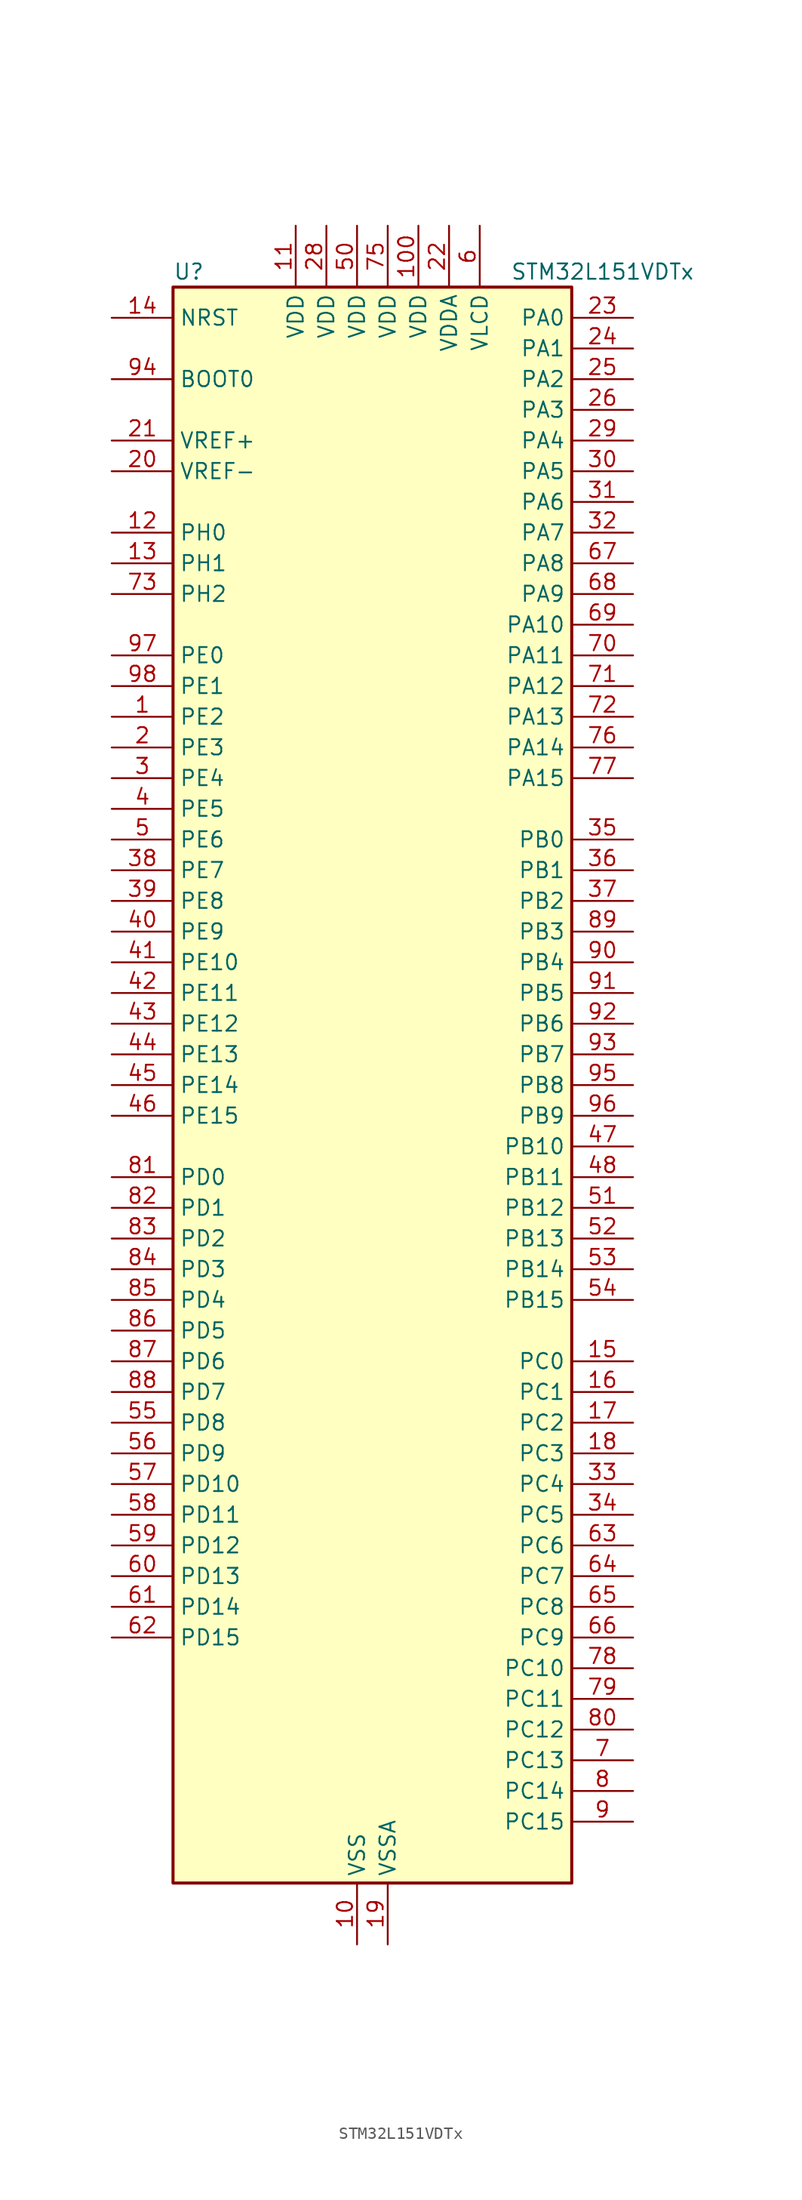
<source format=kicad_sym>
(kicad_symbol_lib
  (version 20220914)
  (generator kicad_symbol_editor)
  (symbol "STM32L151VDTx"
    (property "Reference" "U"
      (at -15.24 67.31 0)
      (effects (font (size 1.27 1.27)) (justify left)))
    (property "Value" "STM32L151VDTx"
      (at 12.7 67.31 0)
      (effects (font (size 1.27 1.27)) (justify left)))
    (property "ki_locked" ""
      (at 0 0 0)
      (effects (font (size 1.27 1.27))))
    (symbol "STM32L151VDTx_0_1"
      (rectangle (start -15.24 -66.04) (end 17.78 66.04) (stroke (width 0.254) (type default)) (fill (type background))))
    (symbol "STM32L151VDTx_1_1"
      (pin bidirectional line (at -20.32 30.48 0) (length 5.08) (name "PE2" (effects (font (size 1.27 1.27)))) (number "1" (effects (font (size 1.27 1.27)))) (alternate "FSMC_A23" bidirectional line) (alternate "SYS_TRACECK" bidirectional line) (alternate "TIM3_ETR" bidirectional line) (alternate "TIMX_IC3" bidirectional line))
      (pin power_in line (at 0 -71.12 90) (length 5.08) (name "VSS" (effects (font (size 1.27 1.27)))) (number "10" (effects (font (size 1.27 1.27)))))
      (pin power_in line (at 5.08 71.12 270) (length 5.08) (name "VDD" (effects (font (size 1.27 1.27)))) (number "100" (effects (font (size 1.27 1.27)))))
      (pin power_in line (at -5.08 71.12 270) (length 5.08) (name "VDD" (effects (font (size 1.27 1.27)))) (number "11" (effects (font (size 1.27 1.27)))))
      (pin bidirectional line (at -20.32 45.72 0) (length 5.08) (name "PH0" (effects (font (size 1.27 1.27)))) (number "12" (effects (font (size 1.27 1.27)))) (alternate "RCC_OSC_IN" bidirectional line))
      (pin bidirectional line (at -20.32 43.18 0) (length 5.08) (name "PH1" (effects (font (size 1.27 1.27)))) (number "13" (effects (font (size 1.27 1.27)))) (alternate "RCC_OSC_OUT" bidirectional line))
      (pin input line (at -20.32 63.5 0) (length 5.08) (name "NRST" (effects (font (size 1.27 1.27)))) (number "14" (effects (font (size 1.27 1.27)))))
      (pin bidirectional line (at 22.86 -22.86 180) (length 5.08) (name "PC0" (effects (font (size 1.27 1.27)))) (number "15" (effects (font (size 1.27 1.27)))) (alternate "ADC_IN10" bidirectional line) (alternate "COMP1_INP" bidirectional line) (alternate "TIMX_IC1" bidirectional line) (alternate "TS_G8_IO1" bidirectional line))
      (pin bidirectional line (at 22.86 -25.4 180) (length 5.08) (name "PC1" (effects (font (size 1.27 1.27)))) (number "16" (effects (font (size 1.27 1.27)))) (alternate "ADC_IN11" bidirectional line) (alternate "COMP1_INP" bidirectional line) (alternate "OPAMP3_VINP" bidirectional line) (alternate "TIMX_IC2" bidirectional line) (alternate "TS_G8_IO2" bidirectional line))
      (pin bidirectional line (at 22.86 -27.94 180) (length 5.08) (name "PC2" (effects (font (size 1.27 1.27)))) (number "17" (effects (font (size 1.27 1.27)))) (alternate "ADC_IN12" bidirectional line) (alternate "COMP1_INP" bidirectional line) (alternate "OPAMP3_VINM" bidirectional line) (alternate "TIMX_IC3" bidirectional line) (alternate "TS_G8_IO3" bidirectional line))
      (pin bidirectional line (at 22.86 -30.48 180) (length 5.08) (name "PC3" (effects (font (size 1.27 1.27)))) (number "18" (effects (font (size 1.27 1.27)))) (alternate "ADC_IN13" bidirectional line) (alternate "COMP1_INP" bidirectional line) (alternate "OPAMP3_VOUT" bidirectional line) (alternate "TIMX_IC4" bidirectional line) (alternate "TS_G8_IO4" bidirectional line))
      (pin power_in line (at 2.54 -71.12 90) (length 5.08) (name "VSSA" (effects (font (size 1.27 1.27)))) (number "19" (effects (font (size 1.27 1.27)))))
      (pin bidirectional line (at -20.32 27.94 0) (length 5.08) (name "PE3" (effects (font (size 1.27 1.27)))) (number "2" (effects (font (size 1.27 1.27)))) (alternate "FSMC_A19" bidirectional line) (alternate "SYS_TRACED0" bidirectional line) (alternate "TIM3_CH1" bidirectional line) (alternate "TIMX_IC4" bidirectional line))
      (pin input line (at -20.32 50.8 0) (length 5.08) (name "VREF-" (effects (font (size 1.27 1.27)))) (number "20" (effects (font (size 1.27 1.27)))))
      (pin input line (at -20.32 53.34 0) (length 5.08) (name "VREF+" (effects (font (size 1.27 1.27)))) (number "21" (effects (font (size 1.27 1.27)))))
      (pin power_in line (at 7.62 71.12 270) (length 5.08) (name "VDDA" (effects (font (size 1.27 1.27)))) (number "22" (effects (font (size 1.27 1.27)))))
      (pin bidirectional line (at 22.86 63.5 180) (length 5.08) (name "PA0" (effects (font (size 1.27 1.27)))) (number "23" (effects (font (size 1.27 1.27)))) (alternate "ADC_IN0" bidirectional line) (alternate "COMP1_INP" bidirectional line) (alternate "RTC_TAMP2" bidirectional line) (alternate "SYS_WKUP1" bidirectional line) (alternate "TIM2_CH1" bidirectional line) (alternate "TIM2_ETR" bidirectional line) (alternate "TIM5_CH1" bidirectional line) (alternate "TIMX_IC1" bidirectional line) (alternate "TS_G1_IO1" bidirectional line) (alternate "USART2_CTS" bidirectional line))
      (pin bidirectional line (at 22.86 60.96 180) (length 5.08) (name "PA1" (effects (font (size 1.27 1.27)))) (number "24" (effects (font (size 1.27 1.27)))) (alternate "ADC_IN1" bidirectional line) (alternate "COMP1_INP" bidirectional line) (alternate "OPAMP1_VINP" bidirectional line) (alternate "TIM2_CH2" bidirectional line) (alternate "TIM5_CH2" bidirectional line) (alternate "TIMX_IC2" bidirectional line) (alternate "TS_G1_IO2" bidirectional line) (alternate "USART2_RTS" bidirectional line))
      (pin bidirectional line (at 22.86 58.42 180) (length 5.08) (name "PA2" (effects (font (size 1.27 1.27)))) (number "25" (effects (font (size 1.27 1.27)))) (alternate "ADC_IN2" bidirectional line) (alternate "COMP1_INP" bidirectional line) (alternate "OPAMP1_VINM" bidirectional line) (alternate "TIM2_CH3" bidirectional line) (alternate "TIM5_CH3" bidirectional line) (alternate "TIM9_CH1" bidirectional line) (alternate "TIMX_IC3" bidirectional line) (alternate "TS_G1_IO3" bidirectional line) (alternate "USART2_TX" bidirectional line))
      (pin bidirectional line (at 22.86 55.88 180) (length 5.08) (name "PA3" (effects (font (size 1.27 1.27)))) (number "26" (effects (font (size 1.27 1.27)))) (alternate "ADC_IN3" bidirectional line) (alternate "COMP1_INP" bidirectional line) (alternate "OPAMP1_VOUT" bidirectional line) (alternate "TIM2_CH4" bidirectional line) (alternate "TIM5_CH4" bidirectional line) (alternate "TIM9_CH2" bidirectional line) (alternate "TIMX_IC4" bidirectional line) (alternate "TS_G1_IO4" bidirectional line) (alternate "USART2_RX" bidirectional line))
      (pin passive line (at 0 -71.12 90) (length 5.08) hide (name "VSS" (effects (font (size 1.27 1.27)))) (number "27" (effects (font (size 1.27 1.27)))))
      (pin power_in line (at -2.54 71.12 270) (length 5.08) (name "VDD" (effects (font (size 1.27 1.27)))) (number "28" (effects (font (size 1.27 1.27)))))
      (pin bidirectional line (at 22.86 53.34 180) (length 5.08) (name "PA4" (effects (font (size 1.27 1.27)))) (number "29" (effects (font (size 1.27 1.27)))) (alternate "ADC_IN4" bidirectional line) (alternate "COMP1_INP" bidirectional line) (alternate "DAC_OUT1" bidirectional line) (alternate "I2S3_WS" bidirectional line) (alternate "SPI1_NSS" bidirectional line) (alternate "SPI3_NSS" bidirectional line) (alternate "TIMX_IC1" bidirectional line) (alternate "USART2_CK" bidirectional line))
      (pin bidirectional line (at -20.32 25.4 0) (length 5.08) (name "PE4" (effects (font (size 1.27 1.27)))) (number "3" (effects (font (size 1.27 1.27)))) (alternate "FSMC_A20" bidirectional line) (alternate "SYS_TRACED1" bidirectional line) (alternate "TIM3_CH2" bidirectional line) (alternate "TIMX_IC1" bidirectional line))
      (pin bidirectional line (at 22.86 50.8 180) (length 5.08) (name "PA5" (effects (font (size 1.27 1.27)))) (number "30" (effects (font (size 1.27 1.27)))) (alternate "ADC_IN5" bidirectional line) (alternate "COMP1_INP" bidirectional line) (alternate "DAC_OUT2" bidirectional line) (alternate "SPI1_SCK" bidirectional line) (alternate "TIM2_CH1" bidirectional line) (alternate "TIM2_ETR" bidirectional line) (alternate "TIMX_IC2" bidirectional line))
      (pin bidirectional line (at 22.86 48.26 180) (length 5.08) (name "PA6" (effects (font (size 1.27 1.27)))) (number "31" (effects (font (size 1.27 1.27)))) (alternate "ADC_IN6" bidirectional line) (alternate "COMP1_INP" bidirectional line) (alternate "OPAMP2_VINP" bidirectional line) (alternate "SPI1_MISO" bidirectional line) (alternate "TIM10_CH1" bidirectional line) (alternate "TIM3_CH1" bidirectional line) (alternate "TIMX_IC3" bidirectional line) (alternate "TS_G2_IO1" bidirectional line))
      (pin bidirectional line (at 22.86 45.72 180) (length 5.08) (name "PA7" (effects (font (size 1.27 1.27)))) (number "32" (effects (font (size 1.27 1.27)))) (alternate "ADC_IN7" bidirectional line) (alternate "COMP1_INP" bidirectional line) (alternate "OPAMP2_VINM" bidirectional line) (alternate "SPI1_MOSI" bidirectional line) (alternate "TIM11_CH1" bidirectional line) (alternate "TIM3_CH2" bidirectional line) (alternate "TIMX_IC4" bidirectional line) (alternate "TS_G2_IO2" bidirectional line))
      (pin bidirectional line (at 22.86 -33.02 180) (length 5.08) (name "PC4" (effects (font (size 1.27 1.27)))) (number "33" (effects (font (size 1.27 1.27)))) (alternate "ADC_IN14" bidirectional line) (alternate "COMP1_INP" bidirectional line) (alternate "TIMX_IC1" bidirectional line) (alternate "TS_G9_IO1" bidirectional line))
      (pin bidirectional line (at 22.86 -35.56 180) (length 5.08) (name "PC5" (effects (font (size 1.27 1.27)))) (number "34" (effects (font (size 1.27 1.27)))) (alternate "ADC_IN15" bidirectional line) (alternate "COMP1_INP" bidirectional line) (alternate "TIMX_IC2" bidirectional line) (alternate "TS_G9_IO2" bidirectional line))
      (pin bidirectional line (at 22.86 20.32 180) (length 5.08) (name "PB0" (effects (font (size 1.27 1.27)))) (number "35" (effects (font (size 1.27 1.27)))) (alternate "ADC_IN8" bidirectional line) (alternate "COMP1_INP" bidirectional line) (alternate "OPAMP2_VOUT" bidirectional line) (alternate "SYS_V_REF_OUT" bidirectional line) (alternate "TIM3_CH3" bidirectional line) (alternate "TS_G3_IO1" bidirectional line))
      (pin bidirectional line (at 22.86 17.78 180) (length 5.08) (name "PB1" (effects (font (size 1.27 1.27)))) (number "36" (effects (font (size 1.27 1.27)))) (alternate "ADC_IN9" bidirectional line) (alternate "COMP1_INP" bidirectional line) (alternate "SYS_V_REF_OUT" bidirectional line) (alternate "TIM3_CH4" bidirectional line) (alternate "TS_G3_IO2" bidirectional line))
      (pin bidirectional line (at 22.86 15.24 180) (length 5.08) (name "PB2" (effects (font (size 1.27 1.27)))) (number "37" (effects (font (size 1.27 1.27)))) (alternate "TS_G3_IO3" bidirectional line))
      (pin bidirectional line (at -20.32 17.78 0) (length 5.08) (name "PE7" (effects (font (size 1.27 1.27)))) (number "38" (effects (font (size 1.27 1.27)))) (alternate "ADC_IN22" bidirectional line) (alternate "COMP1_INP" bidirectional line) (alternate "FSMC_D4" bidirectional line) (alternate "FSMC_DA4" bidirectional line) (alternate "TIMX_IC4" bidirectional line))
      (pin bidirectional line (at -20.32 15.24 0) (length 5.08) (name "PE8" (effects (font (size 1.27 1.27)))) (number "39" (effects (font (size 1.27 1.27)))) (alternate "ADC_IN23" bidirectional line) (alternate "COMP1_INP" bidirectional line) (alternate "FSMC_D5" bidirectional line) (alternate "FSMC_DA5" bidirectional line) (alternate "TIMX_IC1" bidirectional line))
      (pin bidirectional line (at -20.32 22.86 0) (length 5.08) (name "PE5" (effects (font (size 1.27 1.27)))) (number "4" (effects (font (size 1.27 1.27)))) (alternate "FSMC_A21" bidirectional line) (alternate "SYS_TRACED2" bidirectional line) (alternate "TIM9_CH1" bidirectional line) (alternate "TIMX_IC2" bidirectional line))
      (pin bidirectional line (at -20.32 12.7 0) (length 5.08) (name "PE9" (effects (font (size 1.27 1.27)))) (number "40" (effects (font (size 1.27 1.27)))) (alternate "ADC_IN24" bidirectional line) (alternate "COMP1_INP" bidirectional line) (alternate "DAC_EXTI9" bidirectional line) (alternate "FSMC_D6" bidirectional line) (alternate "FSMC_DA6" bidirectional line) (alternate "TIM2_CH1" bidirectional line) (alternate "TIM2_ETR" bidirectional line) (alternate "TIMX_IC2" bidirectional line))
      (pin bidirectional line (at -20.32 10.16 0) (length 5.08) (name "PE10" (effects (font (size 1.27 1.27)))) (number "41" (effects (font (size 1.27 1.27)))) (alternate "ADC_IN25" bidirectional line) (alternate "COMP1_INP" bidirectional line) (alternate "FSMC_D7" bidirectional line) (alternate "FSMC_DA7" bidirectional line) (alternate "TIM2_CH2" bidirectional line) (alternate "TIMX_IC3" bidirectional line))
      (pin bidirectional line (at -20.32 7.62 0) (length 5.08) (name "PE11" (effects (font (size 1.27 1.27)))) (number "42" (effects (font (size 1.27 1.27)))) (alternate "ADC_EXTI11" bidirectional line) (alternate "FSMC_D8" bidirectional line) (alternate "FSMC_DA8" bidirectional line) (alternate "TIM2_CH3" bidirectional line) (alternate "TIMX_IC4" bidirectional line))
      (pin bidirectional line (at -20.32 5.08 0) (length 5.08) (name "PE12" (effects (font (size 1.27 1.27)))) (number "43" (effects (font (size 1.27 1.27)))) (alternate "FSMC_D9" bidirectional line) (alternate "FSMC_DA9" bidirectional line) (alternate "SPI1_NSS" bidirectional line) (alternate "TIM2_CH4" bidirectional line) (alternate "TIMX_IC1" bidirectional line))
      (pin bidirectional line (at -20.32 2.54 0) (length 5.08) (name "PE13" (effects (font (size 1.27 1.27)))) (number "44" (effects (font (size 1.27 1.27)))) (alternate "FSMC_D10" bidirectional line) (alternate "FSMC_DA10" bidirectional line) (alternate "SPI1_SCK" bidirectional line) (alternate "TIMX_IC2" bidirectional line))
      (pin bidirectional line (at -20.32 0 0) (length 5.08) (name "PE14" (effects (font (size 1.27 1.27)))) (number "45" (effects (font (size 1.27 1.27)))) (alternate "FSMC_D11" bidirectional line) (alternate "FSMC_DA11" bidirectional line) (alternate "SPI1_MISO" bidirectional line) (alternate "TIMX_IC3" bidirectional line))
      (pin bidirectional line (at -20.32 -2.54 0) (length 5.08) (name "PE15" (effects (font (size 1.27 1.27)))) (number "46" (effects (font (size 1.27 1.27)))) (alternate "ADC_EXTI15" bidirectional line) (alternate "FSMC_D12" bidirectional line) (alternate "FSMC_DA12" bidirectional line) (alternate "SPI1_MOSI" bidirectional line) (alternate "TIMX_IC4" bidirectional line))
      (pin bidirectional line (at 22.86 -5.08 180) (length 5.08) (name "PB10" (effects (font (size 1.27 1.27)))) (number "47" (effects (font (size 1.27 1.27)))) (alternate "I2C2_SCL" bidirectional line) (alternate "TIM2_CH3" bidirectional line) (alternate "USART3_TX" bidirectional line))
      (pin bidirectional line (at 22.86 -7.62 180) (length 5.08) (name "PB11" (effects (font (size 1.27 1.27)))) (number "48" (effects (font (size 1.27 1.27)))) (alternate "ADC_EXTI11" bidirectional line) (alternate "I2C2_SDA" bidirectional line) (alternate "TIM2_CH4" bidirectional line) (alternate "USART3_RX" bidirectional line))
      (pin passive line (at 0 -71.12 90) (length 5.08) hide (name "VSS" (effects (font (size 1.27 1.27)))) (number "49" (effects (font (size 1.27 1.27)))))
      (pin bidirectional line (at -20.32 20.32 0) (length 5.08) (name "PE6" (effects (font (size 1.27 1.27)))) (number "5" (effects (font (size 1.27 1.27)))) (alternate "RTC_TAMP3" bidirectional line) (alternate "SYS_TRACED3" bidirectional line) (alternate "SYS_WKUP3" bidirectional line) (alternate "TIM9_CH2" bidirectional line) (alternate "TIMX_IC3" bidirectional line))
      (pin power_in line (at 0 71.12 270) (length 5.08) (name "VDD" (effects (font (size 1.27 1.27)))) (number "50" (effects (font (size 1.27 1.27)))))
      (pin bidirectional line (at 22.86 -10.16 180) (length 5.08) (name "PB12" (effects (font (size 1.27 1.27)))) (number "51" (effects (font (size 1.27 1.27)))) (alternate "ADC_IN18" bidirectional line) (alternate "COMP1_INP" bidirectional line) (alternate "I2C2_SMBA" bidirectional line) (alternate "I2S2_WS" bidirectional line) (alternate "SPI2_NSS" bidirectional line) (alternate "TIM10_CH1" bidirectional line) (alternate "TS_G7_IO1" bidirectional line) (alternate "USART3_CK" bidirectional line))
      (pin bidirectional line (at 22.86 -12.7 180) (length 5.08) (name "PB13" (effects (font (size 1.27 1.27)))) (number "52" (effects (font (size 1.27 1.27)))) (alternate "ADC_IN19" bidirectional line) (alternate "COMP1_INP" bidirectional line) (alternate "I2S2_CK" bidirectional line) (alternate "SPI2_SCK" bidirectional line) (alternate "TIM9_CH1" bidirectional line) (alternate "TS_G7_IO2" bidirectional line) (alternate "USART3_CTS" bidirectional line))
      (pin bidirectional line (at 22.86 -15.24 180) (length 5.08) (name "PB14" (effects (font (size 1.27 1.27)))) (number "53" (effects (font (size 1.27 1.27)))) (alternate "ADC_IN20" bidirectional line) (alternate "COMP1_INP" bidirectional line) (alternate "SPI2_MISO" bidirectional line) (alternate "TIM9_CH2" bidirectional line) (alternate "TS_G7_IO3" bidirectional line) (alternate "USART3_RTS" bidirectional line))
      (pin bidirectional line (at 22.86 -17.78 180) (length 5.08) (name "PB15" (effects (font (size 1.27 1.27)))) (number "54" (effects (font (size 1.27 1.27)))) (alternate "ADC_EXTI15" bidirectional line) (alternate "ADC_IN21" bidirectional line) (alternate "COMP1_INP" bidirectional line) (alternate "I2S2_SD" bidirectional line) (alternate "RTC_REFIN" bidirectional line) (alternate "SPI2_MOSI" bidirectional line) (alternate "TIM11_CH1" bidirectional line) (alternate "TS_G7_IO4" bidirectional line))
      (pin bidirectional line (at -20.32 -27.94 0) (length 5.08) (name "PD8" (effects (font (size 1.27 1.27)))) (number "55" (effects (font (size 1.27 1.27)))) (alternate "FSMC_D13" bidirectional line) (alternate "FSMC_DA13" bidirectional line) (alternate "TIMX_IC1" bidirectional line) (alternate "USART3_TX" bidirectional line))
      (pin bidirectional line (at -20.32 -30.48 0) (length 5.08) (name "PD9" (effects (font (size 1.27 1.27)))) (number "56" (effects (font (size 1.27 1.27)))) (alternate "DAC_EXTI9" bidirectional line) (alternate "FSMC_D14" bidirectional line) (alternate "FSMC_DA14" bidirectional line) (alternate "TIMX_IC2" bidirectional line) (alternate "USART3_RX" bidirectional line))
      (pin bidirectional line (at -20.32 -33.02 0) (length 5.08) (name "PD10" (effects (font (size 1.27 1.27)))) (number "57" (effects (font (size 1.27 1.27)))) (alternate "FSMC_D15" bidirectional line) (alternate "FSMC_DA15" bidirectional line) (alternate "TIMX_IC3" bidirectional line) (alternate "USART3_CK" bidirectional line))
      (pin bidirectional line (at -20.32 -35.56 0) (length 5.08) (name "PD11" (effects (font (size 1.27 1.27)))) (number "58" (effects (font (size 1.27 1.27)))) (alternate "ADC_EXTI11" bidirectional line) (alternate "FSMC_A16" bidirectional line) (alternate "TIMX_IC4" bidirectional line) (alternate "USART3_CTS" bidirectional line))
      (pin bidirectional line (at -20.32 -38.1 0) (length 5.08) (name "PD12" (effects (font (size 1.27 1.27)))) (number "59" (effects (font (size 1.27 1.27)))) (alternate "FSMC_A17" bidirectional line) (alternate "TIM4_CH1" bidirectional line) (alternate "TIMX_IC1" bidirectional line) (alternate "USART3_RTS" bidirectional line))
      (pin power_in line (at 10.16 71.12 270) (length 5.08) (name "VLCD" (effects (font (size 1.27 1.27)))) (number "6" (effects (font (size 1.27 1.27)))))
      (pin bidirectional line (at -20.32 -40.64 0) (length 5.08) (name "PD13" (effects (font (size 1.27 1.27)))) (number "60" (effects (font (size 1.27 1.27)))) (alternate "FSMC_A18" bidirectional line) (alternate "TIM4_CH2" bidirectional line) (alternate "TIMX_IC2" bidirectional line))
      (pin bidirectional line (at -20.32 -43.18 0) (length 5.08) (name "PD14" (effects (font (size 1.27 1.27)))) (number "61" (effects (font (size 1.27 1.27)))) (alternate "FSMC_D0" bidirectional line) (alternate "FSMC_DA0" bidirectional line) (alternate "TIM4_CH3" bidirectional line) (alternate "TIMX_IC3" bidirectional line))
      (pin bidirectional line (at -20.32 -45.72 0) (length 5.08) (name "PD15" (effects (font (size 1.27 1.27)))) (number "62" (effects (font (size 1.27 1.27)))) (alternate "ADC_EXTI15" bidirectional line) (alternate "FSMC_D1" bidirectional line) (alternate "FSMC_DA1" bidirectional line) (alternate "TIM4_CH4" bidirectional line) (alternate "TIMX_IC4" bidirectional line))
      (pin bidirectional line (at 22.86 -38.1 180) (length 5.08) (name "PC6" (effects (font (size 1.27 1.27)))) (number "63" (effects (font (size 1.27 1.27)))) (alternate "I2S2_MCK" bidirectional line) (alternate "SDIO_D6" bidirectional line) (alternate "TIM3_CH1" bidirectional line) (alternate "TIMX_IC3" bidirectional line) (alternate "TS_G10_IO1" bidirectional line))
      (pin bidirectional line (at 22.86 -40.64 180) (length 5.08) (name "PC7" (effects (font (size 1.27 1.27)))) (number "64" (effects (font (size 1.27 1.27)))) (alternate "I2S3_MCK" bidirectional line) (alternate "SDIO_D7" bidirectional line) (alternate "TIM3_CH2" bidirectional line) (alternate "TIMX_IC4" bidirectional line) (alternate "TS_G10_IO2" bidirectional line))
      (pin bidirectional line (at 22.86 -43.18 180) (length 5.08) (name "PC8" (effects (font (size 1.27 1.27)))) (number "65" (effects (font (size 1.27 1.27)))) (alternate "SDIO_D0" bidirectional line) (alternate "TIM3_CH3" bidirectional line) (alternate "TIMX_IC1" bidirectional line) (alternate "TS_G10_IO3" bidirectional line))
      (pin bidirectional line (at 22.86 -45.72 180) (length 5.08) (name "PC9" (effects (font (size 1.27 1.27)))) (number "66" (effects (font (size 1.27 1.27)))) (alternate "DAC_EXTI9" bidirectional line) (alternate "SDIO_D1" bidirectional line) (alternate "TIM3_CH4" bidirectional line) (alternate "TIMX_IC2" bidirectional line) (alternate "TS_G10_IO4" bidirectional line))
      (pin bidirectional line (at 22.86 43.18 180) (length 5.08) (name "PA8" (effects (font (size 1.27 1.27)))) (number "67" (effects (font (size 1.27 1.27)))) (alternate "RCC_MCO" bidirectional line) (alternate "TIMX_IC1" bidirectional line) (alternate "TS_G4_IO1" bidirectional line) (alternate "USART1_CK" bidirectional line))
      (pin bidirectional line (at 22.86 40.64 180) (length 5.08) (name "PA9" (effects (font (size 1.27 1.27)))) (number "68" (effects (font (size 1.27 1.27)))) (alternate "DAC_EXTI9" bidirectional line) (alternate "TIMX_IC2" bidirectional line) (alternate "TS_G4_IO2" bidirectional line) (alternate "USART1_TX" bidirectional line))
      (pin bidirectional line (at 22.86 38.1 180) (length 5.08) (name "PA10" (effects (font (size 1.27 1.27)))) (number "69" (effects (font (size 1.27 1.27)))) (alternate "TIMX_IC3" bidirectional line) (alternate "TS_G4_IO3" bidirectional line) (alternate "USART1_RX" bidirectional line))
      (pin bidirectional line (at 22.86 -55.88 180) (length 5.08) (name "PC13" (effects (font (size 1.27 1.27)))) (number "7" (effects (font (size 1.27 1.27)))) (alternate "RTC_OUT_ALARM" bidirectional line) (alternate "RTC_OUT_CALIB" bidirectional line) (alternate "RTC_TAMP1" bidirectional line) (alternate "RTC_TS" bidirectional line) (alternate "SYS_WKUP2" bidirectional line) (alternate "TIMX_IC2" bidirectional line))
      (pin bidirectional line (at 22.86 35.56 180) (length 5.08) (name "PA11" (effects (font (size 1.27 1.27)))) (number "70" (effects (font (size 1.27 1.27)))) (alternate "ADC_EXTI11" bidirectional line) (alternate "SPI1_MISO" bidirectional line) (alternate "TIMX_IC4" bidirectional line) (alternate "USART1_CTS" bidirectional line) (alternate "USB_DM" bidirectional line))
      (pin bidirectional line (at 22.86 33.02 180) (length 5.08) (name "PA12" (effects (font (size 1.27 1.27)))) (number "71" (effects (font (size 1.27 1.27)))) (alternate "SPI1_MOSI" bidirectional line) (alternate "TIMX_IC1" bidirectional line) (alternate "USART1_RTS" bidirectional line) (alternate "USB_DP" bidirectional line))
      (pin bidirectional line (at 22.86 30.48 180) (length 5.08) (name "PA13" (effects (font (size 1.27 1.27)))) (number "72" (effects (font (size 1.27 1.27)))) (alternate "SYS_JTMS-SWDIO" bidirectional line) (alternate "TIMX_IC2" bidirectional line) (alternate "TS_G5_IO1" bidirectional line))
      (pin bidirectional line (at -20.32 40.64 0) (length 5.08) (name "PH2" (effects (font (size 1.27 1.27)))) (number "73" (effects (font (size 1.27 1.27)))) (alternate "FSMC_A22" bidirectional line))
      (pin passive line (at 0 -71.12 90) (length 5.08) hide (name "VSS" (effects (font (size 1.27 1.27)))) (number "74" (effects (font (size 1.27 1.27)))))
      (pin power_in line (at 2.54 71.12 270) (length 5.08) (name "VDD" (effects (font (size 1.27 1.27)))) (number "75" (effects (font (size 1.27 1.27)))))
      (pin bidirectional line (at 22.86 27.94 180) (length 5.08) (name "PA14" (effects (font (size 1.27 1.27)))) (number "76" (effects (font (size 1.27 1.27)))) (alternate "SYS_JTCK-SWCLK" bidirectional line) (alternate "TIMX_IC3" bidirectional line) (alternate "TS_G5_IO2" bidirectional line))
      (pin bidirectional line (at 22.86 25.4 180) (length 5.08) (name "PA15" (effects (font (size 1.27 1.27)))) (number "77" (effects (font (size 1.27 1.27)))) (alternate "ADC_EXTI15" bidirectional line) (alternate "I2S3_WS" bidirectional line) (alternate "SPI1_NSS" bidirectional line) (alternate "SPI3_NSS" bidirectional line) (alternate "SYS_JTDI" bidirectional line) (alternate "TIM2_CH1" bidirectional line) (alternate "TIM2_ETR" bidirectional line) (alternate "TIMX_IC4" bidirectional line) (alternate "TS_G5_IO3" bidirectional line))
      (pin bidirectional line (at 22.86 -48.26 180) (length 5.08) (name "PC10" (effects (font (size 1.27 1.27)))) (number "78" (effects (font (size 1.27 1.27)))) (alternate "I2S3_CK" bidirectional line) (alternate "SDIO_D2" bidirectional line) (alternate "SPI3_SCK" bidirectional line) (alternate "TIMX_IC3" bidirectional line) (alternate "UART4_TX" bidirectional line) (alternate "USART3_TX" bidirectional line))
      (pin bidirectional line (at 22.86 -50.8 180) (length 5.08) (name "PC11" (effects (font (size 1.27 1.27)))) (number "79" (effects (font (size 1.27 1.27)))) (alternate "ADC_EXTI11" bidirectional line) (alternate "SDIO_D3" bidirectional line) (alternate "SPI3_MISO" bidirectional line) (alternate "TIMX_IC4" bidirectional line) (alternate "UART4_RX" bidirectional line) (alternate "USART3_RX" bidirectional line))
      (pin bidirectional line (at 22.86 -58.42 180) (length 5.08) (name "PC14" (effects (font (size 1.27 1.27)))) (number "8" (effects (font (size 1.27 1.27)))) (alternate "RCC_OSC32_IN" bidirectional line) (alternate "TIMX_IC3" bidirectional line))
      (pin bidirectional line (at 22.86 -53.34 180) (length 5.08) (name "PC12" (effects (font (size 1.27 1.27)))) (number "80" (effects (font (size 1.27 1.27)))) (alternate "I2S3_SD" bidirectional line) (alternate "SDIO_CK" bidirectional line) (alternate "SPI3_MOSI" bidirectional line) (alternate "TIMX_IC1" bidirectional line) (alternate "UART5_TX" bidirectional line) (alternate "USART3_CK" bidirectional line))
      (pin bidirectional line (at -20.32 -7.62 0) (length 5.08) (name "PD0" (effects (font (size 1.27 1.27)))) (number "81" (effects (font (size 1.27 1.27)))) (alternate "FSMC_D2" bidirectional line) (alternate "FSMC_DA2" bidirectional line) (alternate "I2S2_WS" bidirectional line) (alternate "SPI2_NSS" bidirectional line) (alternate "TIM9_CH1" bidirectional line) (alternate "TIMX_IC1" bidirectional line))
      (pin bidirectional line (at -20.32 -10.16 0) (length 5.08) (name "PD1" (effects (font (size 1.27 1.27)))) (number "82" (effects (font (size 1.27 1.27)))) (alternate "FSMC_D3" bidirectional line) (alternate "FSMC_DA3" bidirectional line) (alternate "I2S2_CK" bidirectional line) (alternate "SPI2_SCK" bidirectional line) (alternate "TIMX_IC2" bidirectional line))
      (pin bidirectional line (at -20.32 -12.7 0) (length 5.08) (name "PD2" (effects (font (size 1.27 1.27)))) (number "83" (effects (font (size 1.27 1.27)))) (alternate "SDIO_CMD" bidirectional line) (alternate "TIM3_ETR" bidirectional line) (alternate "TIMX_IC3" bidirectional line) (alternate "UART5_RX" bidirectional line))
      (pin bidirectional line (at -20.32 -15.24 0) (length 5.08) (name "PD3" (effects (font (size 1.27 1.27)))) (number "84" (effects (font (size 1.27 1.27)))) (alternate "FSMC_CLK" bidirectional line) (alternate "SPI2_MISO" bidirectional line) (alternate "TIMX_IC4" bidirectional line) (alternate "USART2_CTS" bidirectional line))
      (pin bidirectional line (at -20.32 -17.78 0) (length 5.08) (name "PD4" (effects (font (size 1.27 1.27)))) (number "85" (effects (font (size 1.27 1.27)))) (alternate "FSMC_NOE" bidirectional line) (alternate "I2S2_SD" bidirectional line) (alternate "SPI2_MOSI" bidirectional line) (alternate "TIMX_IC1" bidirectional line) (alternate "USART2_RTS" bidirectional line))
      (pin bidirectional line (at -20.32 -20.32 0) (length 5.08) (name "PD5" (effects (font (size 1.27 1.27)))) (number "86" (effects (font (size 1.27 1.27)))) (alternate "FSMC_NWE" bidirectional line) (alternate "TIMX_IC2" bidirectional line) (alternate "USART2_TX" bidirectional line))
      (pin bidirectional line (at -20.32 -22.86 0) (length 5.08) (name "PD6" (effects (font (size 1.27 1.27)))) (number "87" (effects (font (size 1.27 1.27)))) (alternate "FSMC_NWAIT" bidirectional line) (alternate "TIMX_IC3" bidirectional line) (alternate "USART2_RX" bidirectional line))
      (pin bidirectional line (at -20.32 -25.4 0) (length 5.08) (name "PD7" (effects (font (size 1.27 1.27)))) (number "88" (effects (font (size 1.27 1.27)))) (alternate "FSMC_NE1" bidirectional line) (alternate "TIM9_CH2" bidirectional line) (alternate "TIMX_IC4" bidirectional line) (alternate "USART2_CK" bidirectional line))
      (pin bidirectional line (at 22.86 12.7 180) (length 5.08) (name "PB3" (effects (font (size 1.27 1.27)))) (number "89" (effects (font (size 1.27 1.27)))) (alternate "COMP2_INM" bidirectional line) (alternate "I2S3_CK" bidirectional line) (alternate "SPI1_SCK" bidirectional line) (alternate "SPI3_SCK" bidirectional line) (alternate "SYS_JTDO-TRACESWO" bidirectional line) (alternate "TIM2_CH2" bidirectional line))
      (pin bidirectional line (at 22.86 -60.96 180) (length 5.08) (name "PC15" (effects (font (size 1.27 1.27)))) (number "9" (effects (font (size 1.27 1.27)))) (alternate "ADC_EXTI15" bidirectional line) (alternate "RCC_OSC32_OUT" bidirectional line) (alternate "TIMX_IC4" bidirectional line))
      (pin bidirectional line (at 22.86 10.16 180) (length 5.08) (name "PB4" (effects (font (size 1.27 1.27)))) (number "90" (effects (font (size 1.27 1.27)))) (alternate "COMP2_INP" bidirectional line) (alternate "SPI1_MISO" bidirectional line) (alternate "SPI3_MISO" bidirectional line) (alternate "SYS_JTRST" bidirectional line) (alternate "TIM3_CH1" bidirectional line) (alternate "TS_G6_IO1" bidirectional line))
      (pin bidirectional line (at 22.86 7.62 180) (length 5.08) (name "PB5" (effects (font (size 1.27 1.27)))) (number "91" (effects (font (size 1.27 1.27)))) (alternate "COMP2_INP" bidirectional line) (alternate "I2C1_SMBA" bidirectional line) (alternate "I2S3_SD" bidirectional line) (alternate "SPI1_MOSI" bidirectional line) (alternate "SPI3_MOSI" bidirectional line) (alternate "TIM3_CH2" bidirectional line) (alternate "TS_G6_IO2" bidirectional line))
      (pin bidirectional line (at 22.86 5.08 180) (length 5.08) (name "PB6" (effects (font (size 1.27 1.27)))) (number "92" (effects (font (size 1.27 1.27)))) (alternate "COMP2_INP" bidirectional line) (alternate "I2C1_SCL" bidirectional line) (alternate "TIM4_CH1" bidirectional line) (alternate "TS_G6_IO3" bidirectional line) (alternate "USART1_TX" bidirectional line))
      (pin bidirectional line (at 22.86 2.54 180) (length 5.08) (name "PB7" (effects (font (size 1.27 1.27)))) (number "93" (effects (font (size 1.27 1.27)))) (alternate "COMP2_INP" bidirectional line) (alternate "FSMC_NL" bidirectional line) (alternate "I2C1_SDA" bidirectional line) (alternate "SYS_PVD_IN" bidirectional line) (alternate "TIM4_CH2" bidirectional line) (alternate "TS_G6_IO4" bidirectional line) (alternate "USART1_RX" bidirectional line))
      (pin input line (at -20.32 58.42 0) (length 5.08) (name "BOOT0" (effects (font (size 1.27 1.27)))) (number "94" (effects (font (size 1.27 1.27)))))
      (pin bidirectional line (at 22.86 0 180) (length 5.08) (name "PB8" (effects (font (size 1.27 1.27)))) (number "95" (effects (font (size 1.27 1.27)))) (alternate "I2C1_SCL" bidirectional line) (alternate "SDIO_D4" bidirectional line) (alternate "TIM10_CH1" bidirectional line) (alternate "TIM4_CH3" bidirectional line))
      (pin bidirectional line (at 22.86 -2.54 180) (length 5.08) (name "PB9" (effects (font (size 1.27 1.27)))) (number "96" (effects (font (size 1.27 1.27)))) (alternate "DAC_EXTI9" bidirectional line) (alternate "I2C1_SDA" bidirectional line) (alternate "SDIO_D5" bidirectional line) (alternate "TIM11_CH1" bidirectional line) (alternate "TIM4_CH4" bidirectional line))
      (pin bidirectional line (at -20.32 35.56 0) (length 5.08) (name "PE0" (effects (font (size 1.27 1.27)))) (number "97" (effects (font (size 1.27 1.27)))) (alternate "FSMC_NBL0" bidirectional line) (alternate "TIM10_CH1" bidirectional line) (alternate "TIM4_ETR" bidirectional line) (alternate "TIMX_IC1" bidirectional line))
      (pin bidirectional line (at -20.32 33.02 0) (length 5.08) (name "PE1" (effects (font (size 1.27 1.27)))) (number "98" (effects (font (size 1.27 1.27)))) (alternate "FSMC_NBL1" bidirectional line) (alternate "TIM11_CH1" bidirectional line) (alternate "TIMX_IC2" bidirectional line))
      (pin passive line (at 0 -71.12 90) (length 5.08) hide (name "VSS" (effects (font (size 1.27 1.27)))) (number "99" (effects (font (size 1.27 1.27))))))))
</source>
